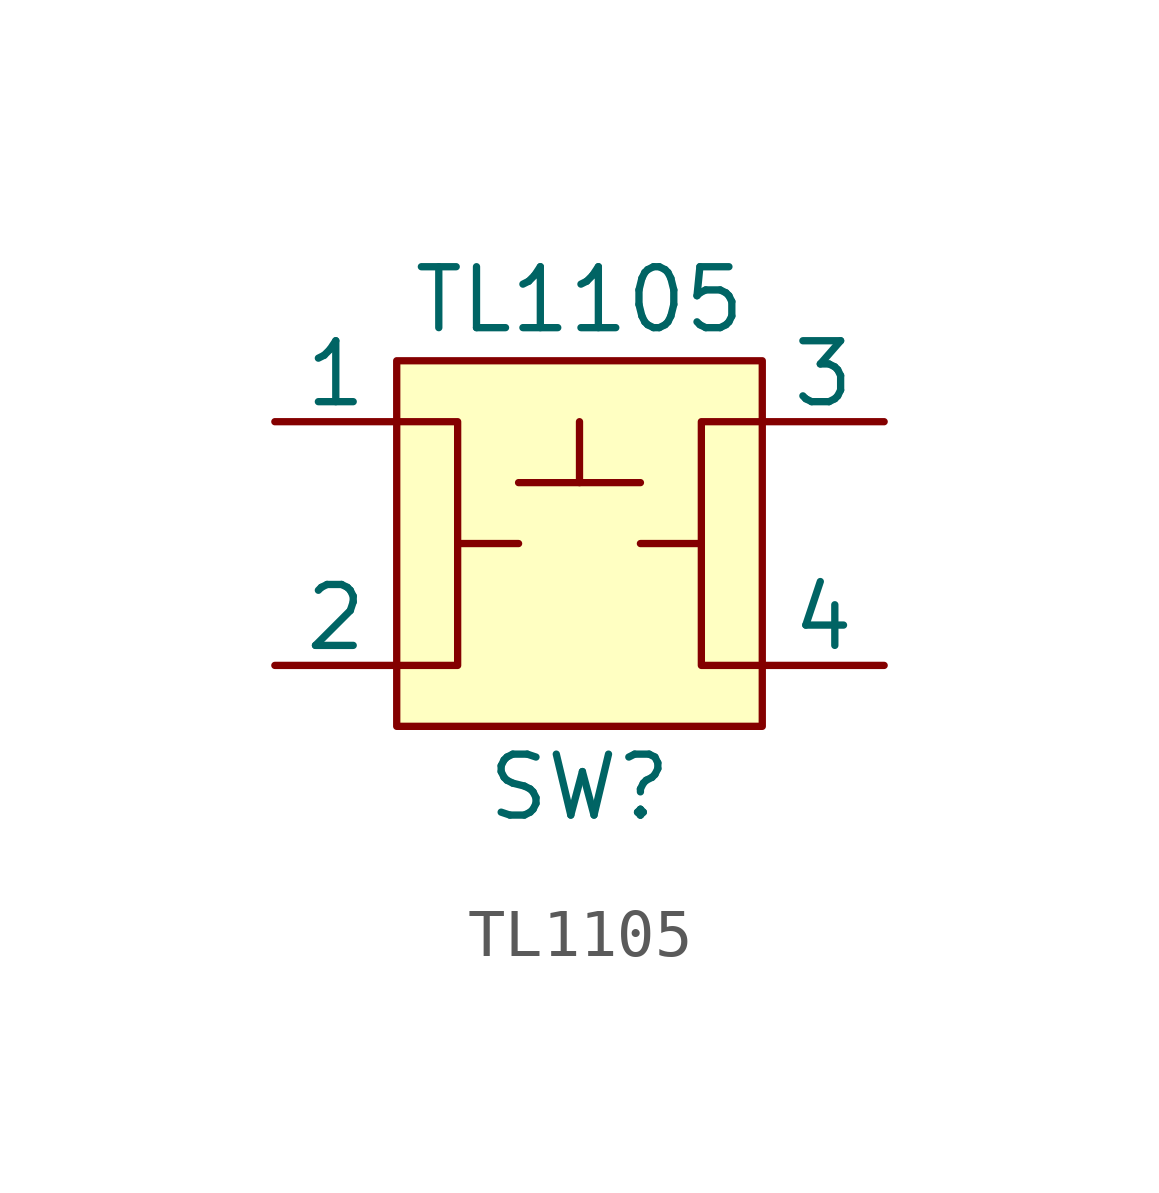
<source format=kicad_sym>
(kicad_symbol_lib
  (version 20220914)
  (generator kicad_symbol_editor)
  (symbol "TL1105"
    (pin_numbers hide)
    (pin_names
      (offset 0))
    (property "Reference" "SW"
      (at 0 -5.08 0)
      (effects (font (size 1.27 1.27))))
    (property "Value" "TL1105"
      (at 0 5.08 0)
      (effects (font (size 1.27 1.27))))
    (symbol "TL1105_0_1"
      (rectangle (start -3.81 3.81) (end 3.81 -3.81) (stroke (width 0) (type solid)) (fill (type background)))
      (polyline (pts (xy -2.54 0) (xy -1.27 0)) (stroke (width 0) (type solid)) (fill (type none)))
      (polyline (pts (xy -1.27 1.27) (xy 1.27 1.27)) (stroke (width 0) (type solid)) (fill (type none)))
      (polyline (pts (xy 0 2.54) (xy 0 1.27)) (stroke (width 0) (type solid)) (fill (type none)))
      (polyline (pts (xy 1.27 0) (xy 2.54 0)) (stroke (width 0) (type solid)) (fill (type none)))
      (polyline (pts (xy -3.81 2.54) (xy -2.54 2.54) (xy -2.54 -2.54) (xy -3.81 -2.54)) (stroke (width 0) (type solid)) (fill (type none)))
      (polyline (pts (xy 3.81 2.54) (xy 2.54 2.54) (xy 2.54 -2.54) (xy 3.81 -2.54)) (stroke (width 0) (type solid)) (fill (type none))))
    (symbol "TL1105_1_1"
      (pin input line (at -6.35 2.54 0) (length 2.54) (name "1" (effects (font (size 1.27 1.27)))) (number "1" (effects (font (size 1.27 1.27)))))
      (pin input line (at -6.35 -2.54 0) (length 2.54) (name "2" (effects (font (size 1.27 1.27)))) (number "2" (effects (font (size 1.27 1.27)))))
      (pin input line (at 6.35 2.54 180) (length 2.54) (name "3" (effects (font (size 1.27 1.27)))) (number "3" (effects (font (size 1.27 1.27)))))
      (pin input line (at 6.35 -2.54 180) (length 2.54) (name "4" (effects (font (size 1.27 1.27)))) (number "4" (effects (font (size 1.27 1.27))))))))
</source>
